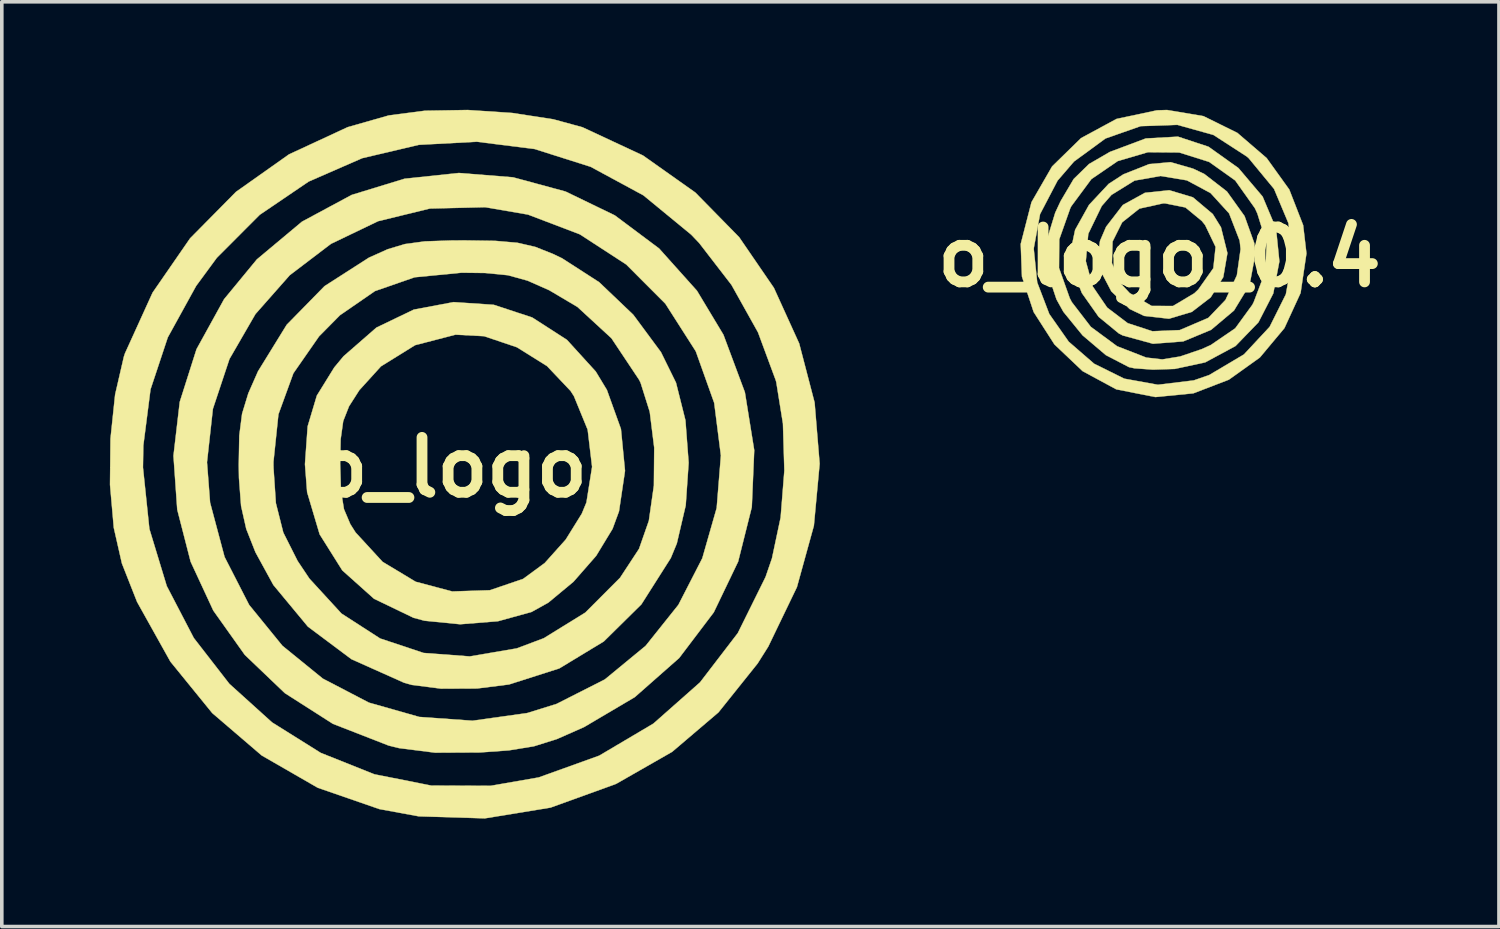
<source format=kicad_pcb>
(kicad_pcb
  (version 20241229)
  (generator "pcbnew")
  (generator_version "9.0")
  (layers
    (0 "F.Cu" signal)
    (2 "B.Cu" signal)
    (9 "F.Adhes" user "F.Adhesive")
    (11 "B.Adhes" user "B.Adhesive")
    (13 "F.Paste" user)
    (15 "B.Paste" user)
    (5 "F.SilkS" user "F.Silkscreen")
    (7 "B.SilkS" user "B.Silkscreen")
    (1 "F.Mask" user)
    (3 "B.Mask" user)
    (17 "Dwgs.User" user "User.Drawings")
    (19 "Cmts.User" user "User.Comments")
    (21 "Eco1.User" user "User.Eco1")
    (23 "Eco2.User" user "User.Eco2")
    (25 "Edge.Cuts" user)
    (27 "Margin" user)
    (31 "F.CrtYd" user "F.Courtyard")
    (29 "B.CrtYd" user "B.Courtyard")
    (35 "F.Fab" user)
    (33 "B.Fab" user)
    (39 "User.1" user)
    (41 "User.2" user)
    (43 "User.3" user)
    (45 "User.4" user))
  (footprint "o_logo_0.4"
    (layer "F.Cu")
    (at 29.147 4.089)
    (property "Reference" "o_logo_0.4" (at 0 0 0) (layer "F.SilkS") (effects (font (size 1.524 1.524) (thickness 0.3))))
    (attr through_hole)
    (fp_poly (pts (xy 0.931 -1.659) (xy 1.482 -1.195) (xy 1.71 -0.828) (xy 1.889 -0.11) (xy 1.774 0.557) (xy 1.425 1.119) (xy 0.902 1.522) (xy 0.267 1.712) (xy -0.422 1.634) (xy -0.825 1.443) (xy -1.334 0.953) (xy -1.594 0.457) (xy -1.662 0.167) (xy -1.319 0.167) (xy -1.061 0.748) (xy -0.825 1) (xy -0.217 1.356) (xy 0.377 1.359) (xy 0.968 1.007) (xy 1.079 0.902) (xy 1.498 0.31) (xy 1.561 -0.283) (xy 1.271 -0.887) (xy 1.178 -1.003) (xy 0.723 -1.378) (xy 0.155 -1.492) (xy 0.108 -1.492) (xy -0.555 -1.346) (xy -1.035 -0.964) (xy -1.3 -0.432) (xy -1.319 0.167) (xy -1.662 0.167) (xy -1.708 -0.03) (xy -1.649 -0.448) (xy -1.48 -0.841) (xy -1.014 -1.447) (xy -0.401 -1.785) (xy 0.275 -1.856) (xy 0.931 -1.659)) (stroke (width 0.01) (type solid)) (fill yes) (layer "F.SilkS"))
    (fp_poly (pts (xy 0.934 -2.456) (xy 1.248 -2.307) (xy 1.875 -1.822) (xy 2.365 -1.138) (xy 2.636 -0.383) (xy 2.664 -0.078) (xy 2.505 0.771) (xy 2.072 1.484) (xy 1.435 2.021) (xy 0.662 2.342) (xy -0.179 2.407) (xy -1.017 2.177) (xy -1.124 2.122) (xy -1.686 1.66) (xy -2.153 0.998) (xy -2.437 0.279) (xy -2.458 0.114) (xy -2.043 0.114) (xy -1.852 0.814) (xy -1.45 1.403) (xy -0.881 1.835) (xy -0.194 2.06) (xy 0.565 2.028) (xy 1.35 1.692) (xy 1.366 1.682) (xy 1.835 1.191) (xy 2.152 0.507) (xy 2.255 -0.22) (xy 2.23 -0.455) (xy 1.936 -1.213) (xy 1.421 -1.778) (xy 0.762 -2.131) (xy 0.033 -2.252) (xy -0.69 -2.124) (xy -1.332 -1.726) (xy -1.601 -1.418) (xy -1.975 -0.646) (xy -2.043 0.114) (xy -2.458 0.114) (xy -2.483 -0.077) (xy -2.34 -0.756) (xy -1.954 -1.449) (xy -1.408 -2.033) (xy -0.999 -2.298) (xy -0.282 -2.582) (xy 0.313 -2.635) (xy 0.934 -2.456)) (stroke (width 0.01) (type solid)) (fill yes) (layer "F.SilkS"))
    (fp_poly (pts (xy 1.223 -3.914) (xy 2.165 -3.449) (xy 2.979 -2.749) (xy 3.607 -1.875) (xy 3.992 -0.886) (xy 4.084 -0.102) (xy 3.921 0.997) (xy 3.472 1.973) (xy 2.79 2.789) (xy 1.929 3.405) (xy 0.943 3.784) (xy -0.114 3.887) (xy -1.188 3.675) (xy -1.201 3.671) (xy -2.133 3.167) (xy -2.914 2.426) (xy -3.492 1.525) (xy -3.817 0.541) (xy -3.846 -0.236) (xy -3.49 -0.236) (xy -3.393 0.704) (xy -3.058 1.581) (xy -2.519 2.349) (xy -1.813 2.962) (xy -0.975 3.377) (xy -0.041 3.546) (xy 0.954 3.425) (xy 1.382 3.277) (xy 2.348 2.704) (xy 3.062 1.937) (xy 3.512 1.035) (xy 3.69 0.056) (xy 3.584 -0.94) (xy 3.184 -1.893) (xy 2.481 -2.745) (xy 2.428 -2.792) (xy 1.501 -3.392) (xy 0.498 -3.672) (xy -0.52 -3.636) (xy -1.496 -3.294) (xy -2.372 -2.653) (xy -2.828 -2.123) (xy -3.314 -1.193) (xy -3.49 -0.236) (xy -3.846 -0.236) (xy -3.851 -0.363) (xy -3.552 -1.524) (xy -2.979 -2.518) (xy -2.176 -3.303) (xy -1.191 -3.836) (xy -0.069 -4.075) (xy 0.212 -4.084) (xy 1.223 -3.914)) (stroke (width 0.01) (type solid)) (fill yes) (layer "F.SilkS"))
    (fp_poly (pts (xy 1.364 -3.064) (xy 2.196 -2.471) (xy 2.867 -1.679) (xy 3.239 -0.795) (xy 3.332 0.12) (xy 3.163 1.009) (xy 2.751 1.811) (xy 2.114 2.47) (xy 1.272 2.924) (xy 0.427 3.106) (xy -0.176 3.126) (xy -0.691 3.089) (xy -0.845 3.056) (xy -1.486 2.723) (xy -2.134 2.173) (xy -2.666 1.52) (xy -2.857 1.176) (xy -3.132 0.356) (xy -3.133 0.303) (xy -2.787 0.303) (xy -2.49 1.14) (xy -2.433 1.25) (xy -1.904 1.938) (xy -1.175 2.476) (xy -0.365 2.791) (xy 0.079 2.842) (xy 0.576 2.761) (xy 1.181 2.555) (xy 1.428 2.442) (xy 2.106 1.979) (xy 2.581 1.326) (xy 2.62 1.25) (xy 2.944 0.397) (xy 2.978 -0.381) (xy 2.721 -1.209) (xy 2.652 -1.358) (xy 2.105 -2.128) (xy 1.381 -2.643) (xy 0.549 -2.905) (xy -0.32 -2.912) (xy -1.157 -2.666) (xy -1.889 -2.165) (xy -2.448 -1.41) (xy -2.474 -1.358) (xy -2.781 -0.491) (xy -2.787 0.303) (xy -3.133 0.303) (xy -3.146 -0.406) (xy -2.893 -1.231) (xy -2.743 -1.553) (xy -2.38 -2.168) (xy -1.954 -2.584) (xy -1.375 -2.92) (xy -0.378 -3.294) (xy 0.516 -3.344) (xy 1.364 -3.064)) (stroke (width 0.01) (type solid)) (fill yes) (layer "F.SilkS")))
  (footprint "o_logo"
    (layer "F.Cu")
    (at 9.504 9.931)
    (property "Reference" "o_logo" (at 0 0 0) (layer "F.SilkS") (effects (font (size 1.524 1.524) (thickness 0.3))))
    (attr through_hole)
    (fp_poly (pts (xy 1.158 -4.516) (xy 2.226 -4.164) (xy 3.189 -3.544) (xy 3.991 -2.663) (xy 4.3 -2.152) (xy 4.69 -1.068) (xy 4.803 0.094) (xy 4.636 1.218) (xy 4.457 1.705) (xy 4.003 2.453) (xy 3.372 3.174) (xy 2.675 3.753) (xy 2.208 4.013) (xy 1.274 4.271) (xy 0.225 4.355) (xy -0.764 4.257) (xy -1.066 4.177) (xy -2.167 3.647) (xy -3.048 2.859) (xy -3.677 1.858) (xy -4.025 0.688) (xy -4.085 -0.089) (xy -4.084 -0.105) (xy -3.108 -0.105) (xy -3.086 0.641) (xy -3.002 1.159) (xy -2.826 1.575) (xy -2.68 1.805) (xy -1.928 2.623) (xy -1.01 3.175) (xy 0.006 3.444) (xy 1.05 3.41) (xy 1.972 3.096) (xy 2.574 2.654) (xy 3.156 2.004) (xy 3.603 1.284) (xy 3.732 0.971) (xy 3.889 -0.017) (xy 3.766 -1.048) (xy 3.384 -1.981) (xy 3.29 -2.126) (xy 2.638 -2.814) (xy 1.8 -3.338) (xy 0.89 -3.645) (xy 0.096 -3.687) (xy -1.026 -3.396) (xy -1.974 -2.808) (xy -2.576 -2.145) (xy -2.862 -1.697) (xy -3.023 -1.288) (xy -3.094 -0.782) (xy -3.108 -0.105) (xy -4.084 -0.105) (xy -4.01 -1.142) (xy -3.755 -1.995) (xy -3.272 -2.776) (xy -3.014 -3.087) (xy -2.1 -3.884) (xy -1.062 -4.383) (xy 0.043 -4.591) (xy 1.158 -4.516)) (stroke (width 0.01) (type solid)) (fill yes) (layer "F.SilkS"))
    (fp_poly (pts (xy 1.693 -8.057) (xy 3.151 -7.662) (xy 4.518 -7.001) (xy 5.75 -6.08) (xy 6.801 -4.907) (xy 7.536 -3.685) (xy 8.132 -2.087) (xy 8.391 -0.479) (xy 8.324 1.101) (xy 7.945 2.614) (xy 7.268 4.024) (xy 6.307 5.292) (xy 5.074 6.379) (xy 3.664 7.211) (xy 2.914 7.542) (xy 2.272 7.744) (xy 1.579 7.857) (xy 0.775 7.915) (xy -0.474 7.921) (xy -1.474 7.794) (xy -1.762 7.723) (xy -3.309 7.12) (xy -4.644 6.267) (xy -5.755 5.206) (xy -6.63 3.975) (xy -7.26 2.617) (xy -7.632 1.171) (xy -7.724 -0.144) (xy -6.806 -0.144) (xy -6.72 0.977) (xy -6.318 2.485) (xy -5.635 3.818) (xy -4.712 4.952) (xy -3.589 5.865) (xy -2.308 6.532) (xy -0.908 6.929) (xy 0.569 7.034) (xy 2.083 6.822) (xy 2.903 6.567) (xy 4.243 5.887) (xy 5.377 4.953) (xy 6.285 3.816) (xy 6.949 2.523) (xy 7.349 1.125) (xy 7.466 -0.33) (xy 7.28 -1.792) (xy 6.773 -3.213) (xy 6.76 -3.239) (xy 5.924 -4.547) (xy 4.836 -5.637) (xy 3.548 -6.474) (xy 2.109 -7.022) (xy 0.919 -7.227) (xy -0.615 -7.19) (xy -2.053 -6.839) (xy -3.363 -6.21) (xy -4.509 -5.338) (xy -5.46 -4.26) (xy -6.182 -3.011) (xy -6.642 -1.627) (xy -6.806 -0.144) (xy -7.724 -0.144) (xy -7.737 -0.321) (xy -7.562 -1.82) (xy -7.097 -3.283) (xy -6.331 -4.672) (xy -5.42 -5.778) (xy -4.169 -6.824) (xy -2.787 -7.568) (xy -1.321 -8.017) (xy 0.188 -8.177) (xy 1.693 -8.057)) (stroke (width 0.01) (type solid)) (fill yes) (layer "F.SilkS"))
    (fp_poly (pts (xy 1.203 -6.292) (xy 1.814 -6.239) (xy 2.309 -6.125) (xy 2.806 -5.927) (xy 3.053 -5.809) (xy 4.085 -5.144) (xy 5.033 -4.24) (xy 5.801 -3.202) (xy 6.219 -2.353) (xy 6.481 -1.309) (xy 6.57 -0.13) (xy 6.489 1.053) (xy 6.242 2.11) (xy 6.074 2.516) (xy 5.257 3.803) (xy 4.214 4.832) (xy 2.978 5.581) (xy 1.582 6.027) (xy 0.692 6.139) (xy -0.306 6.143) (xy -1.118 6.039) (xy -1.332 5.979) (xy -2.794 5.325) (xy -4.004 4.42) (xy -4.962 3.265) (xy -5.46 2.355) (xy -5.716 1.706) (xy -5.859 1.07) (xy -5.918 0.292) (xy -5.924 -0.078) (xy -5.922 -0.154) (xy -4.96 -0.154) (xy -4.96 -0.013) (xy -4.893 0.991) (xy -4.687 1.808) (xy -4.289 2.598) (xy -3.962 3.087) (xy -3.071 4.058) (xy -1.996 4.751) (xy -0.79 5.152) (xy 0.492 5.248) (xy 1.797 5.025) (xy 2.547 4.743) (xy 3.7 4.031) (xy 4.665 3.065) (xy 5.193 2.26) (xy 5.465 1.482) (xy 5.605 0.503) (xy 5.614 -0.549) (xy 5.49 -1.544) (xy 5.235 -2.354) (xy 5.193 -2.437) (xy 4.426 -3.588) (xy 3.482 -4.457) (xy 2.697 -4.922) (xy 2.095 -5.188) (xy 1.551 -5.338) (xy 0.918 -5.4) (xy 0.266 -5.408) (xy -1.039 -5.281) (xy -2.141 -4.898) (xy -3.114 -4.227) (xy -3.694 -3.64) (xy -4.407 -2.615) (xy -4.822 -1.475) (xy -4.96 -0.154) (xy -5.922 -0.154) (xy -5.909 -0.884) (xy -5.831 -1.492) (xy -5.658 -2.058) (xy -5.389 -2.669) (xy -4.592 -3.962) (xy -3.541 -5.035) (xy -2.31 -5.825) (xy -1.787 -6.06) (xy -1.309 -6.203) (xy -0.757 -6.278) (xy -0.013 -6.303) (xy 0.355 -6.305) (xy 1.203 -6.292)) (stroke (width 0.01) (type solid)) (fill yes) (layer "F.SilkS"))
    (fp_poly (pts (xy 1.669 -9.844) (xy 2.812 -9.668) (xy 3.622 -9.447) (xy 5.302 -8.663) (xy 6.756 -7.634) (xy 7.972 -6.395) (xy 8.938 -4.986) (xy 9.64 -3.442) (xy 10.068 -1.802) (xy 10.208 -0.103) (xy 10.048 1.618) (xy 9.577 3.323) (xy 8.781 4.975) (xy 8.486 5.443) (xy 7.398 6.802) (xy 6.111 7.898) (xy 4.568 8.78) (xy 4.529 8.798) (xy 2.733 9.447) (xy 0.911 9.745) (xy -0.923 9.689) (xy -2.017 9.488) (xy -3.73 8.895) (xy -5.287 7.998) (xy -6.66 6.821) (xy -7.822 5.392) (xy -8.747 3.735) (xy -9.169 2.664) (xy -9.394 1.675) (xy -9.499 0.479) (xy -9.494 0) (xy -8.584 0) (xy -8.406 1.706) (xy -7.923 3.294) (xy -7.172 4.737) (xy -6.185 6.009) (xy -4.998 7.081) (xy -3.645 7.928) (xy -2.16 8.521) (xy -0.578 8.835) (xy 1.067 8.842) (xy 2.405 8.609) (xy 4.087 8.004) (xy 5.592 7.113) (xy 6.886 5.969) (xy 7.935 4.601) (xy 8.706 3.043) (xy 8.884 2.525) (xy 9.125 1.388) (xy 9.228 0.087) (xy 9.189 -1.217) (xy 9.004 -2.367) (xy 8.989 -2.421) (xy 8.497 -3.75) (xy 7.76 -5.069) (xy 6.862 -6.233) (xy 6.642 -6.464) (xy 5.313 -7.557) (xy 3.849 -8.349) (xy 2.292 -8.843) (xy 0.687 -9.045) (xy -0.923 -8.959) (xy -2.494 -8.589) (xy -3.981 -7.94) (xy -5.342 -7.016) (xy -6.532 -5.823) (xy -7.107 -5.041) (xy -7.895 -3.611) (xy -8.374 -2.169) (xy -8.574 -0.608) (xy -8.584 0) (xy -9.494 0) (xy -9.486 -0.796) (xy -9.357 -2.024) (xy -9.114 -3.076) (xy -9.083 -3.169) (xy -8.316 -4.855) (xy -7.275 -6.362) (xy -6 -7.653) (xy -4.528 -8.694) (xy -2.898 -9.45) (xy -1.758 -9.775) (xy -0.753 -9.906) (xy 0.435 -9.926) (xy 1.669 -9.844)) (stroke (width 0.01) (type solid)) (fill yes) (layer "F.SilkS")))
  (gr_rect
    (start -3 -3)
    (end 38.577 22.681)
    (stroke (width 0.1) (type default))
    (fill no)
    (layer "Edge.Cuts")))
</source>
